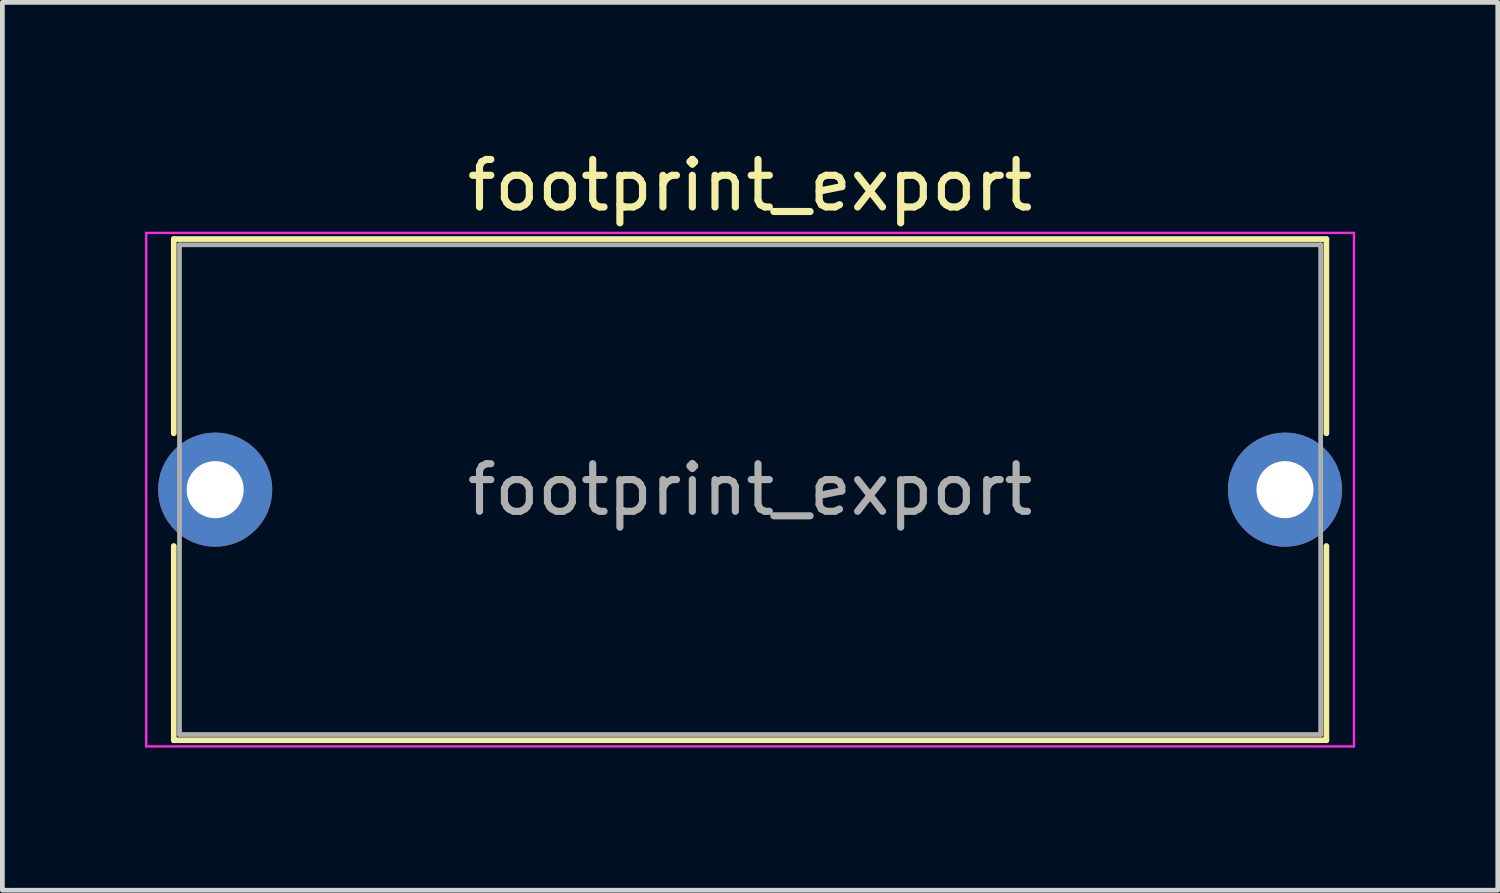
<source format=kicad_pcb>
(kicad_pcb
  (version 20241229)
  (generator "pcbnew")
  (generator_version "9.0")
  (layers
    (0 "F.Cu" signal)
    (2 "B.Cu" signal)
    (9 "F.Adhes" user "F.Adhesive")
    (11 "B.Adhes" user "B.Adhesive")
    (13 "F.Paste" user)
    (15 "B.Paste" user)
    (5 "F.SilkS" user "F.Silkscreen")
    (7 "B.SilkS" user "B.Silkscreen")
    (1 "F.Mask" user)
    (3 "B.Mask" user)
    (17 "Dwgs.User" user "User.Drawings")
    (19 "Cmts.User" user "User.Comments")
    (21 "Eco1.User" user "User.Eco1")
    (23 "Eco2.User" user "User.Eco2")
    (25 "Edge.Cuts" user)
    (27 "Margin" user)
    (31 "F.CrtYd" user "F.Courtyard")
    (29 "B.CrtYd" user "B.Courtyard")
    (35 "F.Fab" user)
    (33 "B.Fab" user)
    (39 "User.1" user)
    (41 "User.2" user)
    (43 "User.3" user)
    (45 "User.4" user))
  (footprint "footprint_export"
    (layer "F.Cu")
    (at 1.475 7.248)
    (property "Reference" "footprint_export" (at 11.25 -6.4 0) (layer "F.SilkS") (effects (font (size 1 1) (thickness 0.15))))
    (attr through_hole)
    (fp_line (start -0.87 -5.27) (end -0.87 -1.185) (stroke (width 0.12) (type solid)) (layer "F.SilkS"))
    (fp_line (start -0.87 -5.27) (end 23.37 -5.27) (stroke (width 0.12) (type solid)) (layer "F.SilkS"))
    (fp_line (start -0.87 1.185) (end -0.87 5.27) (stroke (width 0.12) (type solid)) (layer "F.SilkS"))
    (fp_line (start -0.87 5.27) (end 23.37 5.27) (stroke (width 0.12) (type solid)) (layer "F.SilkS"))
    (fp_line (start 23.37 -5.27) (end 23.37 -1.185) (stroke (width 0.12) (type solid)) (layer "F.SilkS"))
    (fp_line (start 23.37 1.185) (end 23.37 5.27) (stroke (width 0.12) (type solid)) (layer "F.SilkS"))
    (fp_line (start -1.45 -5.4) (end -1.45 5.4) (stroke (width 0.05) (type solid)) (layer "F.CrtYd"))
    (fp_line (start -1.45 5.4) (end 23.95 5.4) (stroke (width 0.05) (type solid)) (layer "F.CrtYd"))
    (fp_line (start 23.95 -5.4) (end -1.45 -5.4) (stroke (width 0.05) (type solid)) (layer "F.CrtYd"))
    (fp_line (start 23.95 5.4) (end 23.95 -5.4) (stroke (width 0.05) (type solid)) (layer "F.CrtYd"))
    (fp_line (start -0.75 -5.15) (end -0.75 5.15) (stroke (width 0.1) (type solid)) (layer "F.Fab"))
    (fp_line (start -0.75 5.15) (end 23.25 5.15) (stroke (width 0.1) (type solid)) (layer "F.Fab"))
    (fp_line (start 23.25 -5.15) (end -0.75 -5.15) (stroke (width 0.1) (type solid)) (layer "F.Fab"))
    (fp_line (start 23.25 5.15) (end 23.25 -5.15) (stroke (width 0.1) (type solid)) (layer "F.Fab"))
    (fp_text user "${REFERENCE}" (at 11.25 0 0) (layer "F.Fab") (effects (font (size 1 1) (thickness 0.15))))
    (pad "1" thru_hole circle (at 0 0) (size 2.4 2.4) (drill 1.2) (layers "*.Cu" "*.Mask"))
    (pad "2" thru_hole circle (at 22.5 0) (size 2.4 2.4) (drill 1.2) (layers "*.Cu" "*.Mask")))
  (gr_rect
    (start -3 -3)
    (end 28.45 15.673)
    (stroke (width 0.1) (type default))
    (fill no)
    (layer "Edge.Cuts")))
</source>
